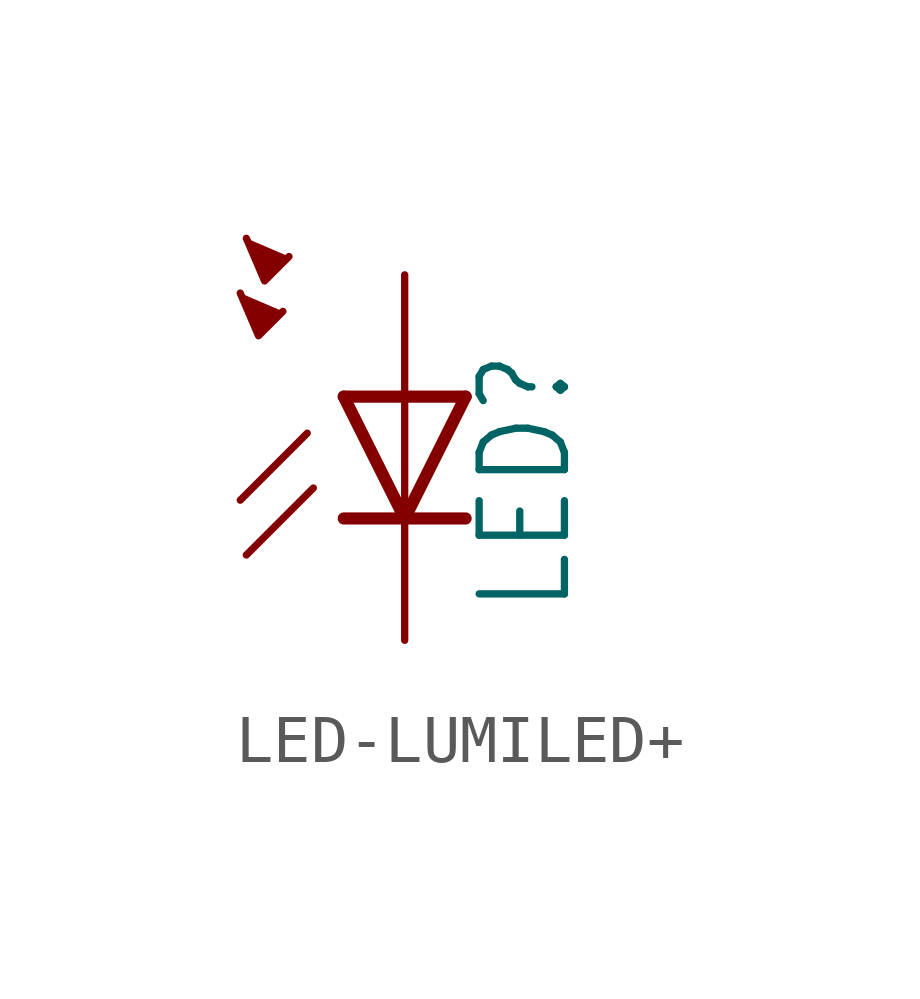
<source format=kicad_sym>
(kicad_symbol_lib
  (version 20241209)
  (generator "kicad_symbol_editor")
  (generator_version "9.0")
  (symbol "LED-LUMILED+"
    (property "Reference" "LED"
      (at 3.556 -4.572 90)
      (effects (font (size 1.778 1.511)) (justify left bottom)))
    (property "Value" ""
      (at 5.715 -4.572 90)
      (effects (font (size 1.778 1.511)) (justify left bottom)))
    (property "ki_locked" ""
      (at 0 0 0)
      (effects (font (size 1.27 1.27))))
    (symbol "LED-LUMILED+_1_0"
      (polyline (pts (xy -3.429 2.159) (xy -3.048 1.27) (xy -2.54 1.778)) (stroke (width 0.152) (type solid)) (fill (type outline)))
      (polyline (pts (xy -3.302 3.302) (xy -2.921 2.413) (xy -2.413 2.921)) (stroke (width 0.152) (type solid)) (fill (type outline)))
      (polyline (pts (xy -2.032 -0.762) (xy -3.429 -2.159)) (stroke (width 0.152) (type solid)) (fill (type none)))
      (polyline (pts (xy -1.905 -1.905) (xy -3.302 -3.302)) (stroke (width 0.152) (type solid)) (fill (type none)))
      (polyline (pts (xy 0 0) (xy -1.27 0)) (stroke (width 0.254) (type solid)) (fill (type none)))
      (polyline (pts (xy 0 0) (xy 0 -2.54)) (stroke (width 0.152) (type solid)) (fill (type none)))
      (polyline (pts (xy 0 -2.54) (xy -1.27 0)) (stroke (width 0.254) (type solid)) (fill (type none)))
      (polyline (pts (xy 0 -2.54) (xy -1.27 -2.54)) (stroke (width 0.254) (type solid)) (fill (type none)))
      (polyline (pts (xy 1.27 0) (xy 0 0)) (stroke (width 0.254) (type solid)) (fill (type none)))
      (polyline (pts (xy 1.27 0) (xy 0 -2.54)) (stroke (width 0.254) (type solid)) (fill (type none)))
      (polyline (pts (xy 1.27 -2.54) (xy 0 -2.54)) (stroke (width 0.254) (type solid)) (fill (type none)))
      (pin passive line (at 0 2.54 270) (length 2.54) (name "A" (effects (font (size 0 0)))) (number "2+" (effects (font (size 0 0)))))
      (pin passive line (at 0 -5.08 90) (length 2.54) (name "C" (effects (font (size 0 0)))) (number "4-" (effects (font (size 0 0))))))))
</source>
